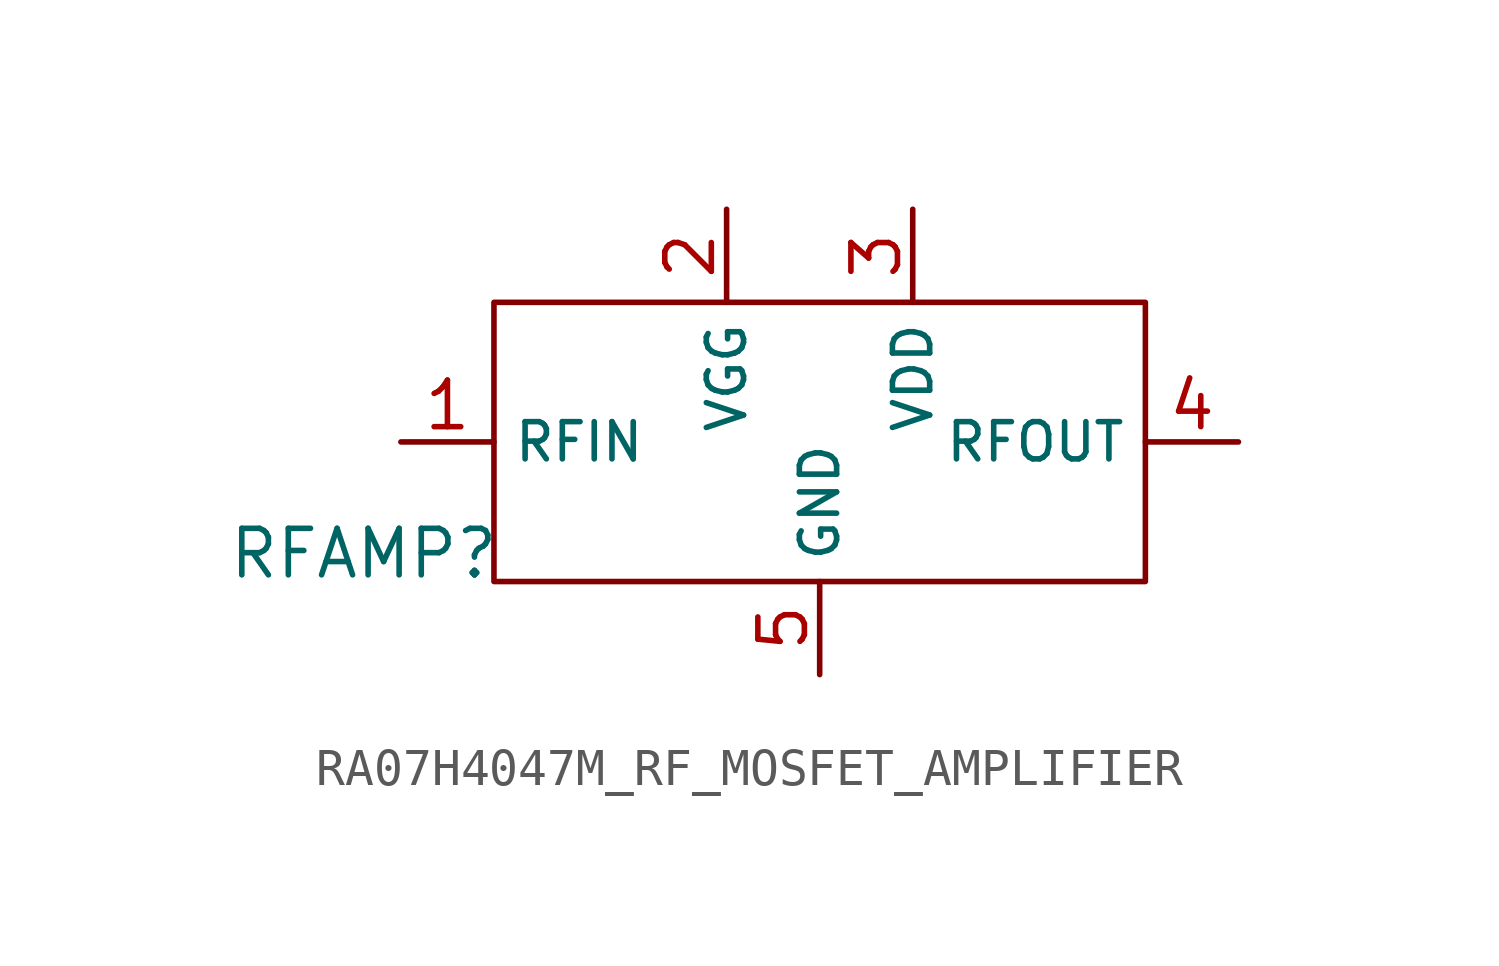
<source format=kicad_sym>
(kicad_symbol_lib
  (version 20231120)
  (generator "kicad_symbol_editor")
  (generator_version "8.0")
  (symbol "RA07H4047M_RF_MOSFET_AMPLIFIER"
    (property "Reference" "RFAMP"
      (at -12.446 -3.048 0)
      (effects (font (size 1.27 1.27))))
    (property "Value" ""
      (at 0 0 0)
      (effects (font (size 1.27 1.27))))
    (symbol "RA07H4047M_RF_MOSFET_AMPLIFIER_0_1"
      (rectangle (start -8.89 3.81) (end 8.89 -3.81) (stroke (width 0) (type default)) (fill (type none))))
    (symbol "RA07H4047M_RF_MOSFET_AMPLIFIER_1_0"
      (pin input line (at -11.43 0 0) (length 2.54) (name "RFIN" (effects (font (size 1.016 1.016)))) (number "1" (effects (font (size 1.27 1.27)))))
      (pin power_in line (at -2.54 6.35 270) (length 2.54) (name "VGG" (effects (font (size 1.016 1.016)))) (number "2" (effects (font (size 1.27 1.27)))))
      (pin power_in line (at 2.54 6.35 270) (length 2.54) (name "VDD" (effects (font (size 1.016 1.016)))) (number "3" (effects (font (size 1.27 1.27)))))
      (pin output line (at 11.43 0 180) (length 2.54) (name "RFOUT" (effects (font (size 1.016 1.016)))) (number "4" (effects (font (size 1.27 1.27)))))
      (pin power_in line (at 0 -6.35 90) (length 2.54) (name "GND" (effects (font (size 1.016 1.016)))) (number "5" (effects (font (size 1.27 1.27))))))))
</source>
